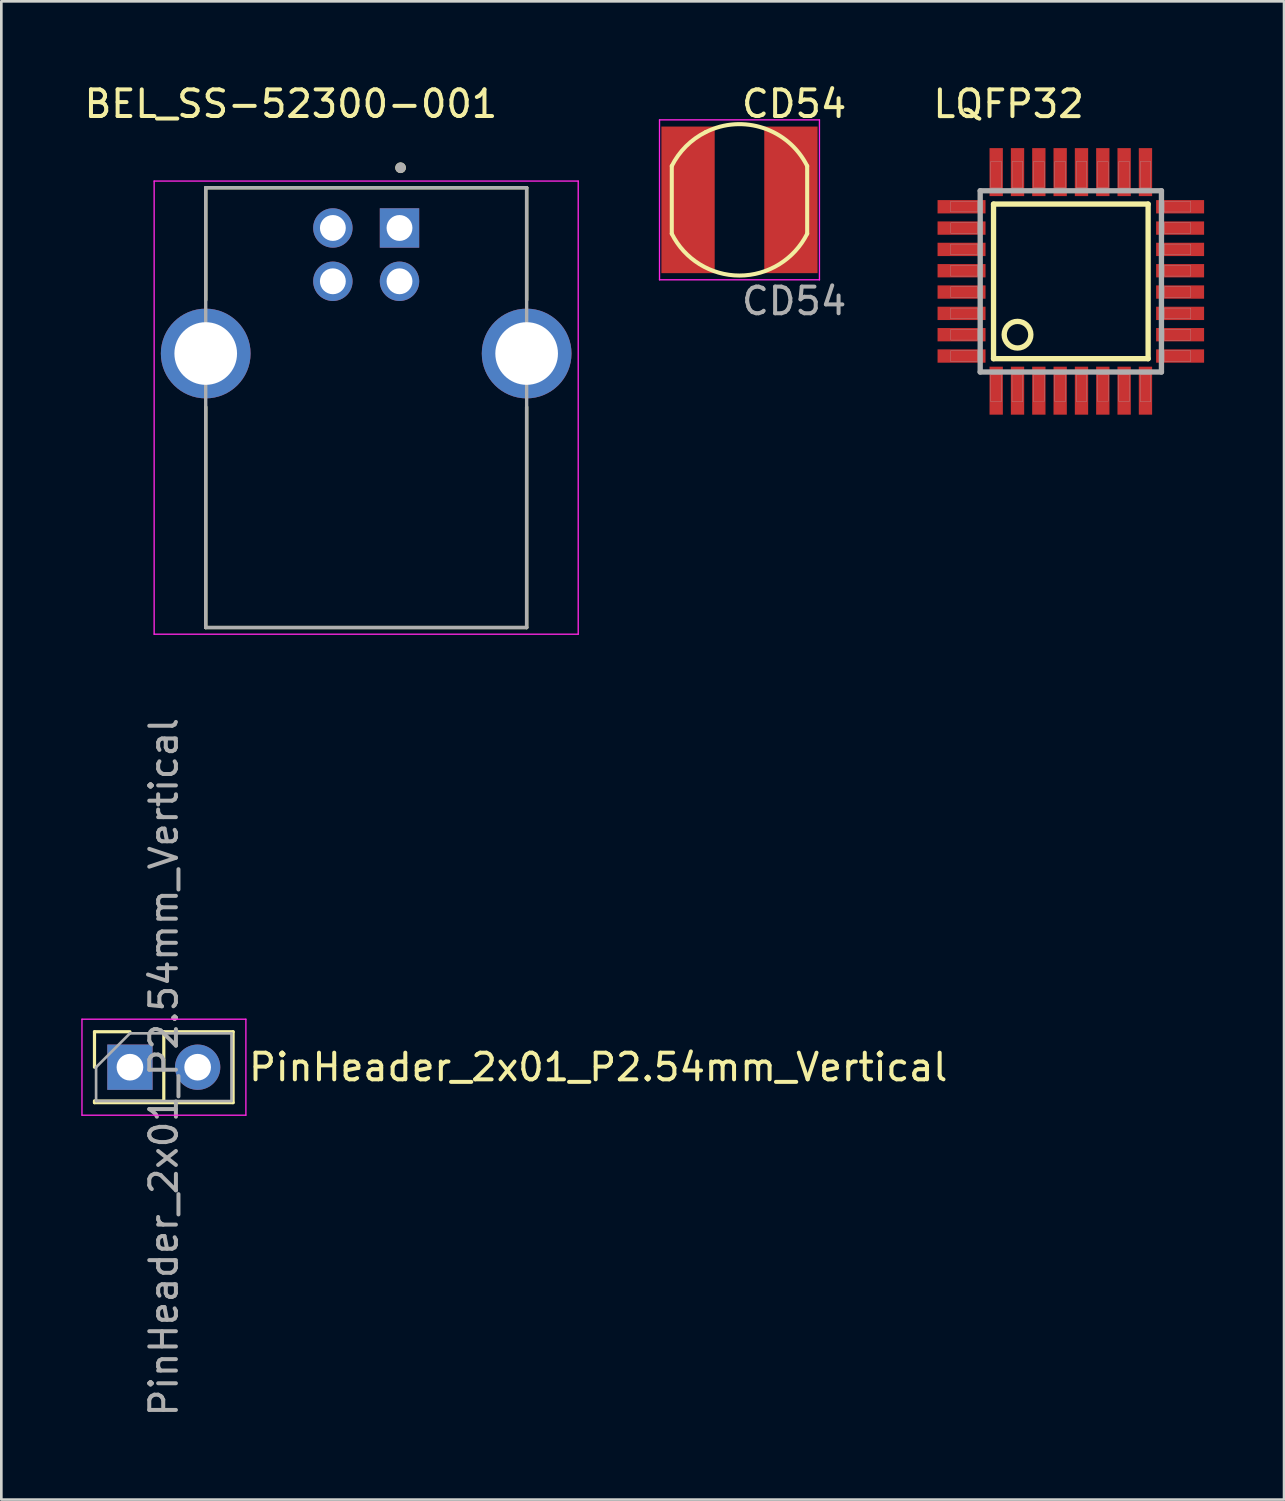
<source format=kicad_pcb>
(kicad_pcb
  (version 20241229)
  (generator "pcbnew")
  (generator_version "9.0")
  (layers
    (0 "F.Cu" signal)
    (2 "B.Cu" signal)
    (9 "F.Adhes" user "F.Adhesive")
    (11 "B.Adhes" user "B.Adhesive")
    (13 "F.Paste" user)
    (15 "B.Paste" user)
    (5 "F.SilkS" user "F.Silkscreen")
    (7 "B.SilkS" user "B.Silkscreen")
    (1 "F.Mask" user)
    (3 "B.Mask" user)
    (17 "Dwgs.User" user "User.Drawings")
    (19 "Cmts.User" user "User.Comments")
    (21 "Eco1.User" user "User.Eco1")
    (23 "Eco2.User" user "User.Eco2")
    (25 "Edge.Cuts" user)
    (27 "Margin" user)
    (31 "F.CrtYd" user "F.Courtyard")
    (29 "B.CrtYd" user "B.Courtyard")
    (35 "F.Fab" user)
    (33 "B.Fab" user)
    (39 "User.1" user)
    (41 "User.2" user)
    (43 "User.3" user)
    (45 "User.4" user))
  (footprint "PinHeader_2x01_P2.54mm_Vertical"
    (layer "F.Cu")
    (at 1.825 36.988)
    (property "Reference" "PinHeader_2x01_P2.54mm_Vertical" (at 4.375 0 0) (layer "F.SilkS") (effects (font (size 1 1) (thickness 0.15)) (justify left)))
    (attr through_hole)
    (fp_line (start -1.33 -1.33) (end 0 -1.33) (stroke (width 0.12) (type solid)) (layer "F.SilkS"))
    (fp_line (start -1.33 0) (end -1.33 -1.33) (stroke (width 0.12) (type solid)) (layer "F.SilkS"))
    (fp_line (start -1.33 1.27) (end -1.33 1.33) (stroke (width 0.12) (type solid)) (layer "F.SilkS"))
    (fp_line (start -1.33 1.27) (end 1.27 1.27) (stroke (width 0.12) (type solid)) (layer "F.SilkS"))
    (fp_line (start -1.33 1.33) (end 3.87 1.33) (stroke (width 0.12) (type solid)) (layer "F.SilkS"))
    (fp_line (start 1.27 -1.33) (end 3.87 -1.33) (stroke (width 0.12) (type solid)) (layer "F.SilkS"))
    (fp_line (start 1.27 1.27) (end 1.27 -1.33) (stroke (width 0.12) (type solid)) (layer "F.SilkS"))
    (fp_line (start 3.87 -1.33) (end 3.87 1.33) (stroke (width 0.12) (type solid)) (layer "F.SilkS"))
    (fp_line (start -1.8 -1.8) (end -1.8 1.8) (stroke (width 0.05) (type solid)) (layer "F.CrtYd"))
    (fp_line (start -1.8 1.8) (end 4.35 1.8) (stroke (width 0.05) (type solid)) (layer "F.CrtYd"))
    (fp_line (start 4.35 -1.8) (end -1.8 -1.8) (stroke (width 0.05) (type solid)) (layer "F.CrtYd"))
    (fp_line (start 4.35 1.8) (end 4.35 -1.8) (stroke (width 0.05) (type solid)) (layer "F.CrtYd"))
    (fp_line (start -1.27 0) (end 0 -1.27) (stroke (width 0.1) (type solid)) (layer "F.Fab"))
    (fp_line (start -1.27 1.27) (end -1.27 0) (stroke (width 0.1) (type solid)) (layer "F.Fab"))
    (fp_line (start 0 -1.27) (end 3.81 -1.27) (stroke (width 0.1) (type solid)) (layer "F.Fab"))
    (fp_line (start 3.81 -1.27) (end 3.81 1.27) (stroke (width 0.1) (type solid)) (layer "F.Fab"))
    (fp_line (start 3.81 1.27) (end -1.27 1.27) (stroke (width 0.1) (type solid)) (layer "F.Fab"))
    (fp_text user "${REFERENCE}" (at 1.27 0 90) (layer "F.Fab") (effects (font (size 1 1) (thickness 0.15))))
    (pad "1" thru_hole rect (at 0 0) (size 1.7 1.7) (drill 1) (layers "*.Cu" "*.Mask"))
    (pad "2" thru_hole oval (at 2.54 0) (size 1.7 1.7) (drill 1) (layers "*.Cu" "*.Mask")))
  (footprint "BEL_SS-52300-001"
    (layer "F.Cu")
    (at 10.688 7.503)
    (property "Reference" "BEL_SS-52300-001" (at -2.825 -6.655 0) (layer "F.SilkS") (effects (font (size 1 1) (thickness 0.15))))
    (attr through_hole)
    (fp_line (start -6.02 -3.51) (end -6.02 0.705) (stroke (width 0.127) (type solid)) (layer "F.SilkS"))
    (fp_line (start -6.02 4.715) (end -6.02 12.99) (stroke (width 0.127) (type solid)) (layer "F.SilkS"))
    (fp_line (start -6.02 12.99) (end 6.02 12.99) (stroke (width 0.127) (type solid)) (layer "F.SilkS"))
    (fp_line (start 6.02 -3.51) (end -6.02 -3.51) (stroke (width 0.127) (type solid)) (layer "F.SilkS"))
    (fp_line (start 6.02 0.705) (end 6.02 -3.51) (stroke (width 0.127) (type solid)) (layer "F.SilkS"))
    (fp_line (start 6.02 12.99) (end 6.02 4.715) (stroke (width 0.127) (type solid)) (layer "F.SilkS"))
    (fp_circle (center 1.29 -4.26) (end 1.39 -4.26) (stroke (width 0.2) (type solid)) (fill no) (layer "F.SilkS"))
    (fp_line (start -7.955 -3.76) (end -7.955 13.24) (stroke (width 0.05) (type solid)) (layer "F.CrtYd"))
    (fp_line (start -7.955 13.24) (end 7.955 13.24) (stroke (width 0.05) (type solid)) (layer "F.CrtYd"))
    (fp_line (start 7.955 -3.76) (end -7.955 -3.76) (stroke (width 0.05) (type solid)) (layer "F.CrtYd"))
    (fp_line (start 7.955 13.24) (end 7.955 -3.76) (stroke (width 0.05) (type solid)) (layer "F.CrtYd"))
    (fp_line (start -6.02 -3.51) (end -6.02 12.99) (stroke (width 0.127) (type solid)) (layer "F.Fab"))
    (fp_line (start -6.02 12.99) (end 6.02 12.99) (stroke (width 0.127) (type solid)) (layer "F.Fab"))
    (fp_line (start 6.02 -3.51) (end -6.02 -3.51) (stroke (width 0.127) (type solid)) (layer "F.Fab"))
    (fp_line (start 6.02 12.99) (end 6.02 -3.51) (stroke (width 0.127) (type solid)) (layer "F.Fab"))
    (fp_circle (center 1.29 -4.26) (end 1.39 -4.26) (stroke (width 0.2) (type solid)) (fill no) (layer "F.Fab"))
    (pad "1" thru_hole rect (at 1.25 -2) (size 1.478 1.478) (drill 0.97) (layers "*.Cu" "*.Mask"))
    (pad "2" thru_hole circle (at -1.25 -2) (size 1.478 1.478) (drill 0.97) (layers "*.Cu" "*.Mask"))
    (pad "3" thru_hole circle (at -1.25 0) (size 1.478 1.478) (drill 0.97) (layers "*.Cu" "*.Mask"))
    (pad "4" thru_hole circle (at 1.25 0) (size 1.478 1.478) (drill 0.97) (layers "*.Cu" "*.Mask"))
    (pad "S1" thru_hole circle (at -6.02 2.71) (size 3.366 3.366) (drill 2.35) (layers "*.Cu" "*.Mask"))
    (pad "S2" thru_hole circle (at 6.02 2.71) (size 3.366 3.366) (drill 2.35) (layers "*.Cu" "*.Mask")))
  (footprint "CD54"
    (layer "F.Cu")
    (at 24.693 4.448)
    (property "Reference" "CD54" (at 0 -3.6 0) (layer "F.SilkS") (effects (font (size 1 1) (thickness 0.15)) (justify left)))
    (attr smd)
    (fp_line (start -2.54 -1.27) (end -2.54 1.27) (stroke (width 0.152) (type solid)) (layer "F.SilkS"))
    (fp_line (start 2.54 -1.27) (end 2.54 1.27) (stroke (width 0.152) (type solid)) (layer "F.SilkS"))
    (fp_arc (start -2.54 -1.27) (mid -2.008027 -2.008066) (end -1.269951 -2.540024) (stroke (width 0.152) (type solid)) (layer "F.SilkS"))
    (fp_arc (start -1.27 -2.54) (mid 0.898096 -2.694053) (end 2.540066 -1.269867) (stroke (width 0.152) (type solid)) (layer "F.SilkS"))
    (fp_arc (start 2.54 1.27) (mid -0.000176 2.839806) (end -2.540157 1.269685) (stroke (width 0.152) (type solid)) (layer "F.SilkS"))
    (fp_line (start -3 -3) (end -3 3) (stroke (width 0.05) (type solid)) (layer "F.CrtYd"))
    (fp_line (start -3 3) (end 3 3) (stroke (width 0.05) (type solid)) (layer "F.CrtYd"))
    (fp_line (start 3 -3) (end -3 -3) (stroke (width 0.05) (type solid)) (layer "F.CrtYd"))
    (fp_line (start 3 3) (end 3 -3) (stroke (width 0.05) (type solid)) (layer "F.CrtYd"))
    (fp_text user "${REFERENCE}" (at 0 3.8 0) (unlocked yes) (layer "F.Fab") (effects (font (size 1 1) (thickness 0.15)) (justify left)))
    (pad "P$1" smd rect (at -1.93 0) (size 2 5.5) (layers "F.Cu" "F.Mask" "F.Paste"))
    (pad "P$2" smd rect (at 1.93 0) (size 2 5.5) (layers "F.Cu" "F.Mask" "F.Paste")))
  (footprint "LQFP32"
    (layer "F.Cu")
    (at 37.124 7.507)
    (property "Reference" "LQFP32" (at -2.333 -6.657 0) (layer "F.SilkS") (effects (font (size 1.003 1.003) (thickness 0.15))))
    (attr through_hole)
    (fp_line (start -2.9 -2.9) (end -2.9 2.9) (stroke (width 0.2) (type solid)) (layer "F.SilkS"))
    (fp_line (start -2.9 2.9) (end 2.9 2.9) (stroke (width 0.2) (type solid)) (layer "F.SilkS"))
    (fp_line (start 2.9 -2.9) (end -2.9 -2.9) (stroke (width 0.2) (type solid)) (layer "F.SilkS"))
    (fp_line (start 2.9 2.9) (end 2.9 -2.9) (stroke (width 0.2) (type solid)) (layer "F.SilkS"))
    (fp_circle (center -2 2) (end -1.5 2) (stroke (width 0.2) (type solid)) (fill no) (layer "F.SilkS"))
    (fp_line (start -3.4 -3.4) (end -3.4 3.4) (stroke (width 0.2) (type solid)) (layer "F.Fab"))
    (fp_line (start -3.4 3.4) (end 3.4 3.4) (stroke (width 0.2) (type solid)) (layer "F.Fab"))
    (fp_line (start 3.4 -3.4) (end -3.4 -3.4) (stroke (width 0.2) (type solid)) (layer "F.Fab"))
    (fp_line (start 3.4 3.4) (end 3.4 -3.4) (stroke (width 0.2) (type solid)) (layer "F.Fab"))
    (fp_poly (pts (xy -4.517 -0.6) (xy -3.5 -0.6) (xy -3.5 -0.201) (xy -4.517 -0.201)) (stroke (width 0.01) (type solid)) (fill no) (layer "F.Fab"))
    (fp_poly (pts (xy -4.512 -1.4) (xy -3.5 -1.4) (xy -3.5 -1.003) (xy -4.512 -1.003)) (stroke (width 0.01) (type solid)) (fill no) (layer "F.Fab"))
    (fp_poly (pts (xy -4.511 -3) (xy -3.5 -3) (xy -3.5 -2.606) (xy -4.511 -2.606)) (stroke (width 0.01) (type solid)) (fill no) (layer "F.Fab"))
    (fp_poly (pts (xy -4.51 1) (xy -3.5 1) (xy -3.5 1.403) (xy -4.51 1.403)) (stroke (width 0.01) (type solid)) (fill no) (layer "F.Fab"))
    (fp_poly (pts (xy -4.509 2.6) (xy -3.5 2.6) (xy -3.5 3.006) (xy -4.509 3.006)) (stroke (width 0.01) (type solid)) (fill no) (layer "F.Fab"))
    (fp_poly (pts (xy -4.509 0.2) (xy -3.5 0.2) (xy -3.5 0.601) (xy -4.509 0.601)) (stroke (width 0.01) (type solid)) (fill no) (layer "F.Fab"))
    (fp_poly (pts (xy -4.504 1.8) (xy -3.5 1.8) (xy -3.5 2.202) (xy -4.504 2.202)) (stroke (width 0.01) (type solid)) (fill no) (layer "F.Fab"))
    (fp_poly (pts (xy -4.503 -2.2) (xy -3.5 -2.2) (xy -3.5 -1.801) (xy -4.503 -1.801)) (stroke (width 0.01) (type solid)) (fill no) (layer "F.Fab"))
    (fp_poly (pts (xy -3.006 3.5) (xy -2.6 3.5) (xy -2.6 4.509) (xy -3.006 4.509)) (stroke (width 0.01) (type solid)) (fill no) (layer "F.Fab"))
    (fp_poly (pts (xy -3.005 -4.5) (xy -2.6 -4.5) (xy -2.6 -3.506) (xy -3.005 -3.506)) (stroke (width 0.01) (type solid)) (fill no) (layer "F.Fab"))
    (fp_poly (pts (xy -2.206 3.5) (xy -1.8 3.5) (xy -1.8 4.513) (xy -2.206 4.513)) (stroke (width 0.01) (type solid)) (fill no) (layer "F.Fab"))
    (fp_poly (pts (xy -2.204 -4.5) (xy -1.8 -4.5) (xy -1.8 -3.506) (xy -2.204 -3.506)) (stroke (width 0.01) (type solid)) (fill no) (layer "F.Fab"))
    (fp_poly (pts (xy -1.405 -4.5) (xy -1 -4.5) (xy -1 -3.513) (xy -1.405 -3.513)) (stroke (width 0.01) (type solid)) (fill no) (layer "F.Fab"))
    (fp_poly (pts (xy -1.403 3.5) (xy -1 3.5) (xy -1 4.511) (xy -1.403 4.511)) (stroke (width 0.01) (type solid)) (fill no) (layer "F.Fab"))
    (fp_poly (pts (xy -0.602 -4.5) (xy -0.2 -4.5) (xy -0.2 -3.509) (xy -0.602 -3.509)) (stroke (width 0.01) (type solid)) (fill no) (layer "F.Fab"))
    (fp_poly (pts (xy -0.601 3.5) (xy -0.2 3.5) (xy -0.2 4.509) (xy -0.601 4.509)) (stroke (width 0.01) (type solid)) (fill no) (layer "F.Fab"))
    (fp_poly (pts (xy 0.2 3.5) (xy 0.6 3.5) (xy 0.6 4.503) (xy 0.2 4.503)) (stroke (width 0.01) (type solid)) (fill no) (layer "F.Fab"))
    (fp_poly (pts (xy 0.201 -4.5) (xy 0.6 -4.5) (xy 0.6 -3.512) (xy 0.201 -3.512)) (stroke (width 0.01) (type solid)) (fill no) (layer "F.Fab"))
    (fp_poly (pts (xy 1.001 3.5) (xy 1.4 3.5) (xy 1.4 4.506) (xy 1.001 4.506)) (stroke (width 0.01) (type solid)) (fill no) (layer "F.Fab"))
    (fp_poly (pts (xy 1.002 -4.5) (xy 1.4 -4.5) (xy 1.4 -3.508) (xy 1.002 -3.508)) (stroke (width 0.01) (type solid)) (fill no) (layer "F.Fab"))
    (fp_poly (pts (xy 1.802 3.5) (xy 2.2 3.5) (xy 2.2 4.505) (xy 1.802 4.505)) (stroke (width 0.01) (type solid)) (fill no) (layer "F.Fab"))
    (fp_poly (pts (xy 1.803 -4.5) (xy 2.2 -4.5) (xy 2.2 -3.505) (xy 1.803 -3.505)) (stroke (width 0.01) (type solid)) (fill no) (layer "F.Fab"))
    (fp_poly (pts (xy 2.605 -4.5) (xy 3 -4.5) (xy 3 -3.506) (xy 2.605 -3.506)) (stroke (width 0.01) (type solid)) (fill no) (layer "F.Fab"))
    (fp_poly (pts (xy 2.606 3.5) (xy 3 3.5) (xy 3 4.51) (xy 2.606 4.51)) (stroke (width 0.01) (type solid)) (fill no) (layer "F.Fab"))
    (fp_poly (pts (xy 3.504 -1.4) (xy 4.5 -1.4) (xy 4.5 -1.001) (xy 3.504 -1.001)) (stroke (width 0.01) (type solid)) (fill no) (layer "F.Fab"))
    (fp_poly (pts (xy 3.505 2.6) (xy 4.5 2.6) (xy 4.5 3.004) (xy 3.505 3.004)) (stroke (width 0.01) (type solid)) (fill no) (layer "F.Fab"))
    (fp_poly (pts (xy 3.505 -3) (xy 4.5 -3) (xy 4.5 -2.604) (xy 3.505 -2.604)) (stroke (width 0.01) (type solid)) (fill no) (layer "F.Fab"))
    (fp_poly (pts (xy 3.506 1.8) (xy 4.5 1.8) (xy 4.5 2.204) (xy 3.506 2.204)) (stroke (width 0.01) (type solid)) (fill no) (layer "F.Fab"))
    (fp_poly (pts (xy 3.509 -0.6) (xy 4.5 -0.6) (xy 4.5 -0.2) (xy 3.509 -0.2)) (stroke (width 0.01) (type solid)) (fill no) (layer "F.Fab"))
    (fp_poly (pts (xy 3.509 -2.2) (xy 4.5 -2.2) (xy 4.5 -1.805) (xy 3.509 -1.805)) (stroke (width 0.01) (type solid)) (fill no) (layer "F.Fab"))
    (fp_poly (pts (xy 3.509 0.2) (xy 4.5 0.2) (xy 4.5 0.602) (xy 3.509 0.602)) (stroke (width 0.01) (type solid)) (fill no) (layer "F.Fab"))
    (fp_poly (pts (xy 3.512 1) (xy 4.5 1) (xy 4.5 1.405) (xy 3.512 1.405)) (stroke (width 0.01) (type solid)) (fill no) (layer "F.Fab"))
    (pad "1" smd rect (at -2.8 4.1) (size 0.5 1.8) (layers "F.Cu" "F.Mask" "F.Paste"))
    (pad "2" smd rect (at -2 4.1) (size 0.5 1.8) (layers "F.Cu" "F.Mask" "F.Paste"))
    (pad "3" smd rect (at -1.2 4.1) (size 0.5 1.8) (layers "F.Cu" "F.Mask" "F.Paste"))
    (pad "4" smd rect (at -0.4 4.1) (size 0.5 1.8) (layers "F.Cu" "F.Mask" "F.Paste"))
    (pad "5" smd rect (at 0.4 4.1) (size 0.5 1.8) (layers "F.Cu" "F.Mask" "F.Paste"))
    (pad "6" smd rect (at 1.2 4.1) (size 0.5 1.8) (layers "F.Cu" "F.Mask" "F.Paste"))
    (pad "7" smd rect (at 2 4.1) (size 0.5 1.8) (layers "F.Cu" "F.Mask" "F.Paste"))
    (pad "8" smd rect (at 2.8 4.1) (size 0.5 1.8) (layers "F.Cu" "F.Mask" "F.Paste"))
    (pad "9" smd rect (at 4.1 2.8) (size 1.8 0.5) (layers "F.Cu" "F.Mask" "F.Paste"))
    (pad "10" smd rect (at 4.1 2) (size 1.8 0.5) (layers "F.Cu" "F.Mask" "F.Paste"))
    (pad "11" smd rect (at 4.1 1.2) (size 1.8 0.5) (layers "F.Cu" "F.Mask" "F.Paste"))
    (pad "12" smd rect (at 4.1 0.4) (size 1.8 0.5) (layers "F.Cu" "F.Mask" "F.Paste"))
    (pad "13" smd rect (at 4.1 -0.4) (size 1.8 0.5) (layers "F.Cu" "F.Mask" "F.Paste"))
    (pad "14" smd rect (at 4.1 -1.2) (size 1.8 0.5) (layers "F.Cu" "F.Mask" "F.Paste"))
    (pad "15" smd rect (at 4.1 -2) (size 1.8 0.5) (layers "F.Cu" "F.Mask" "F.Paste"))
    (pad "16" smd rect (at 4.1 -2.8) (size 1.8 0.5) (layers "F.Cu" "F.Mask" "F.Paste"))
    (pad "17" smd rect (at 2.8 -4.1) (size 0.5 1.8) (layers "F.Cu" "F.Mask" "F.Paste"))
    (pad "18" smd rect (at 2 -4.1) (size 0.5 1.8) (layers "F.Cu" "F.Mask" "F.Paste"))
    (pad "19" smd rect (at 1.2 -4.1) (size 0.5 1.8) (layers "F.Cu" "F.Mask" "F.Paste"))
    (pad "20" smd rect (at 0.4 -4.1) (size 0.5 1.8) (layers "F.Cu" "F.Mask" "F.Paste"))
    (pad "21" smd rect (at -0.4 -4.1) (size 0.5 1.8) (layers "F.Cu" "F.Mask" "F.Paste"))
    (pad "22" smd rect (at -1.2 -4.1) (size 0.5 1.8) (layers "F.Cu" "F.Mask" "F.Paste"))
    (pad "23" smd rect (at -2 -4.1) (size 0.5 1.8) (layers "F.Cu" "F.Mask" "F.Paste"))
    (pad "24" smd rect (at -2.8 -4.1) (size 0.5 1.8) (layers "F.Cu" "F.Mask" "F.Paste"))
    (pad "25" smd rect (at -4.1 -2.8) (size 1.8 0.5) (layers "F.Cu" "F.Mask" "F.Paste"))
    (pad "26" smd rect (at -4.1 -2) (size 1.8 0.5) (layers "F.Cu" "F.Mask" "F.Paste"))
    (pad "27" smd rect (at -4.1 -1.2) (size 1.8 0.5) (layers "F.Cu" "F.Mask" "F.Paste"))
    (pad "28" smd rect (at -4.1 -0.4) (size 1.8 0.5) (layers "F.Cu" "F.Mask" "F.Paste"))
    (pad "29" smd rect (at -4.1 0.4) (size 1.8 0.5) (layers "F.Cu" "F.Mask" "F.Paste"))
    (pad "30" smd rect (at -4.1 1.2) (size 1.8 0.5) (layers "F.Cu" "F.Mask" "F.Paste"))
    (pad "31" smd rect (at -4.1 2) (size 1.8 0.5) (layers "F.Cu" "F.Mask" "F.Paste"))
    (pad "32" smd rect (at -4.1 2.8) (size 1.8 0.5) (layers "F.Cu" "F.Mask" "F.Paste")))
  (gr_rect
    (start -3 -3)
    (end 45.124 53.209)
    (stroke (width 0.1) (type default))
    (fill no)
    (layer "Edge.Cuts")))
</source>
